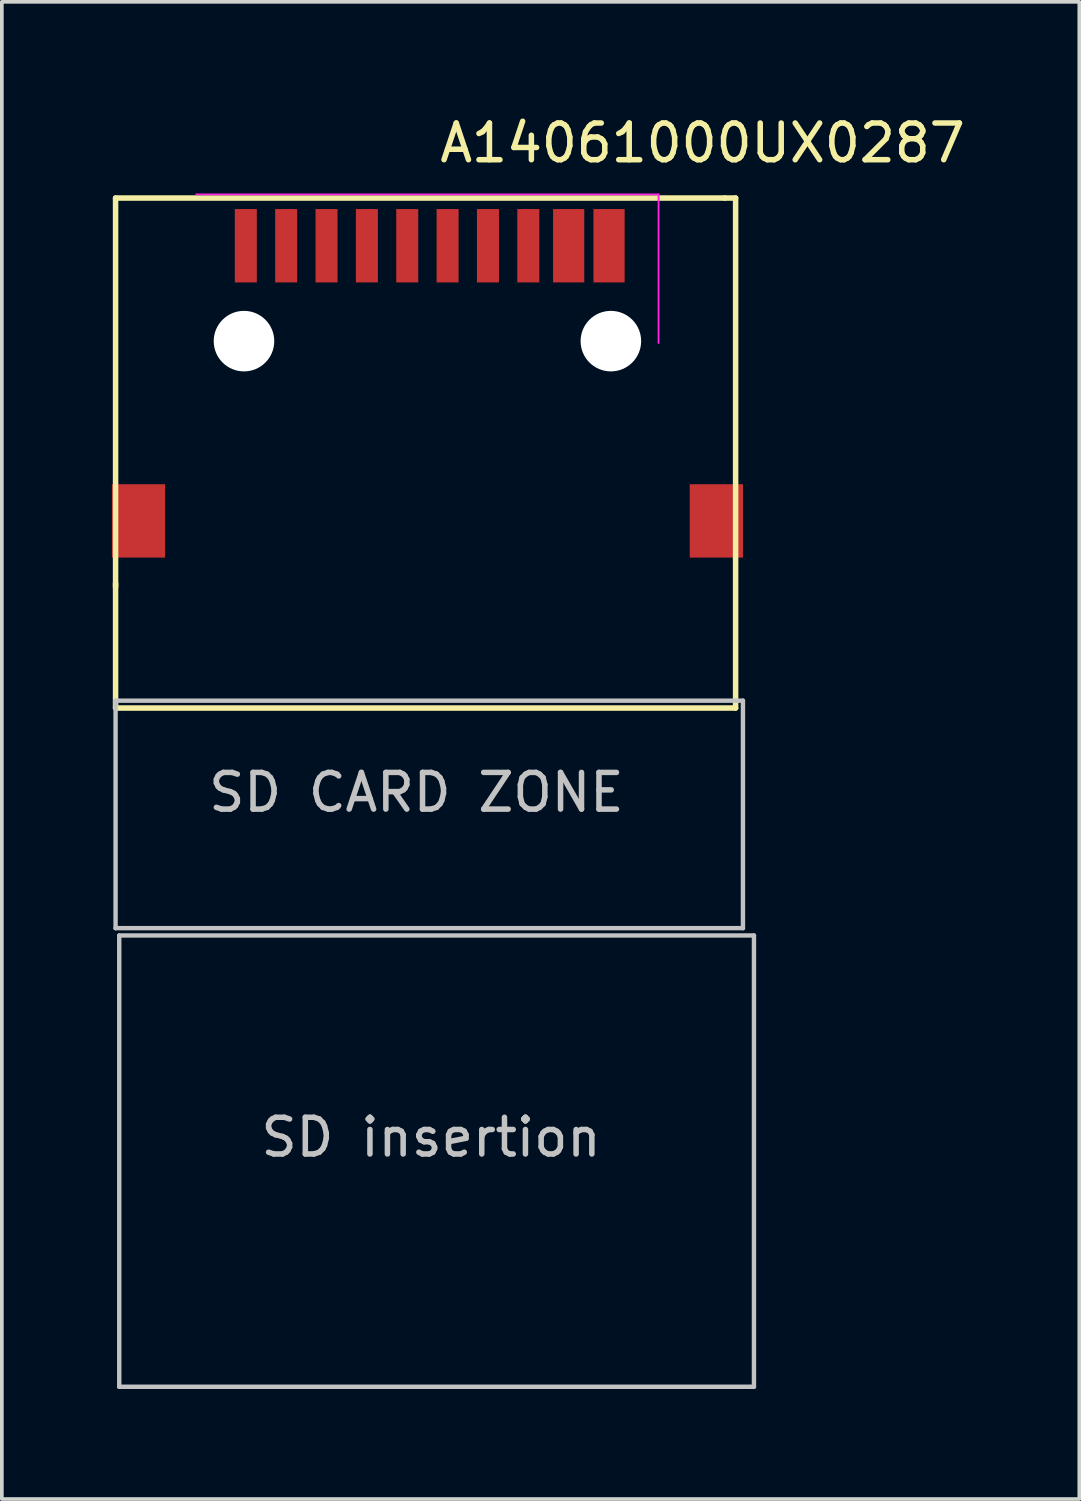
<source format=kicad_pcb>
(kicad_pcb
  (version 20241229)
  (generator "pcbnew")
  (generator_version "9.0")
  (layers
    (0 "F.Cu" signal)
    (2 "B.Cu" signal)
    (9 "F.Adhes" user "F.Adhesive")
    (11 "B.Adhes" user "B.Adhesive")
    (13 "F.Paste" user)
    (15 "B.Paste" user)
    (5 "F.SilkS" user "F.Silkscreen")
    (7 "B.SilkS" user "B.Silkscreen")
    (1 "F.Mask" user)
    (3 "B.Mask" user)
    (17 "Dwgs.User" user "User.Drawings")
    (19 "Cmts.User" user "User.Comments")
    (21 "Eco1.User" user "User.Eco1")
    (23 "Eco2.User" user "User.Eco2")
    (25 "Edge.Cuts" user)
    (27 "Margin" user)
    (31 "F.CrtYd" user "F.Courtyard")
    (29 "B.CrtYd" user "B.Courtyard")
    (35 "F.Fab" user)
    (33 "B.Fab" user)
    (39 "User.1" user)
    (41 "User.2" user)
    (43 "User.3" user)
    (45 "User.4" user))
  (footprint "A14061000UX0287"
    (layer "F.Cu")
    (at 8.6 3.648)
    (property "Reference" "A14061000UX0287" (at 7.5 -2.8 0) (layer "F.SilkS") (effects (font (size 1 1) (thickness 0.15))))
    (attr smd)
    (fp_line (start -8.5 -1.3) (end 8.1 -1.3) (stroke (width 0.15) (type solid)) (layer "F.SilkS"))
    (fp_line (start -8.5 9.3) (end -8.5 -1.3) (stroke (width 0.15) (type solid)) (layer "F.SilkS"))
    (fp_line (start -8.5 12.6) (end -8.5 9.2) (stroke (width 0.15) (type solid)) (layer "F.SilkS"))
    (fp_line (start 8.1 -1.3) (end 8.4 -1.3) (stroke (width 0.15) (type solid)) (layer "F.SilkS"))
    (fp_line (start 8.4 -1.3) (end 8.4 12.6) (stroke (width 0.15) (type solid)) (layer "F.SilkS"))
    (fp_line (start 8.4 12.6) (end -8.5 12.6) (stroke (width 0.15) (type solid)) (layer "F.SilkS"))
    (fp_line (start -8.5 12.4) (end -8.5 18.6) (stroke (width 0.12) (type solid)) (layer "Dwgs.User"))
    (fp_line (start -8.5 18.6) (end 8.6 18.6) (stroke (width 0.12) (type solid)) (layer "Dwgs.User"))
    (fp_line (start -8.4 18.8) (end -8.4 31.1) (stroke (width 0.12) (type solid)) (layer "Dwgs.User"))
    (fp_line (start -8.4 31.1) (end 8.9 31.1) (stroke (width 0.12) (type solid)) (layer "Dwgs.User"))
    (fp_line (start 8.6 12.4) (end -8.5 12.4) (stroke (width 0.12) (type solid)) (layer "Dwgs.User"))
    (fp_line (start 8.6 18.6) (end 8.6 12.4) (stroke (width 0.12) (type solid)) (layer "Dwgs.User"))
    (fp_line (start 8.9 18.8) (end -8.4 18.8) (stroke (width 0.12) (type solid)) (layer "Dwgs.User"))
    (fp_line (start 8.9 31.1) (end 8.9 18.8) (stroke (width 0.12) (type solid)) (layer "Dwgs.User"))
    (fp_line (start -6.3 -1.4) (end 6.3 -1.4) (stroke (width 0.05) (type solid)) (layer "F.CrtYd"))
    (fp_line (start 6.3 -1.4) (end 6.3 2.65) (stroke (width 0.05) (type solid)) (layer "F.CrtYd"))
    (fp_text user "SD insertion" (at 0.1 24.3 0) (layer "Dwgs.User") (effects (font (size 1 1) (thickness 0.15))))
    (fp_text user "SD CARD ZONE" (at -0.3 14.9 0) (layer "Dwgs.User") (effects (font (size 1 1) (thickness 0.15))))
    (pad "" np_thru_hole circle (at -5 2.6) (size 1.65 1.65) (drill 1.65) (layers "*.Cu" "*.Mask"))
    (pad "" np_thru_hole circle (at 5 2.6) (size 1.65 1.65) (drill 1.65) (layers "*.Cu" "*.Mask"))
    (pad "1" smd rect (at 2.75 0) (size 0.6 2) (layers "F.Cu" "F.Mask" "F.Paste"))
    (pad "2" smd rect (at 1.65 0) (size 0.6 2) (layers "F.Cu" "F.Mask" "F.Paste"))
    (pad "3" smd rect (at 0.55 0) (size 0.6 2) (layers "F.Cu" "F.Mask" "F.Paste"))
    (pad "4" smd rect (at -0.55 0) (size 0.6 2) (layers "F.Cu" "F.Mask" "F.Paste"))
    (pad "5" smd rect (at -1.65 0) (size 0.6 2) (layers "F.Cu" "F.Mask" "F.Paste"))
    (pad "6" smd rect (at -2.75 0) (size 0.6 2) (layers "F.Cu" "F.Mask" "F.Paste"))
    (pad "7" smd rect (at -3.85 0) (size 0.6 2) (layers "F.Cu" "F.Mask" "F.Paste"))
    (pad "8" smd rect (at -4.95 0) (size 0.6 2) (layers "F.Cu" "F.Mask" "F.Paste"))
    (pad "9" smd rect (at 3.85 0) (size 0.85 2) (layers "F.Cu" "F.Mask" "F.Paste"))
    (pad "10" smd rect (at 4.95 0) (size 0.85 2) (layers "F.Cu" "F.Mask" "F.Paste"))
    (pad "11" smd rect (at -7.875 7.5) (size 1.45 2) (layers "F.Cu" "F.Mask" "F.Paste"))
    (pad "11" smd rect (at 7.875 7.5) (size 1.45 2) (layers "F.Cu" "F.Mask" "F.Paste")))
  (gr_rect
    (start -3 -3)
    (end 26.368 37.808)
    (stroke (width 0.1) (type default))
    (fill no)
    (layer "Edge.Cuts")))
</source>
